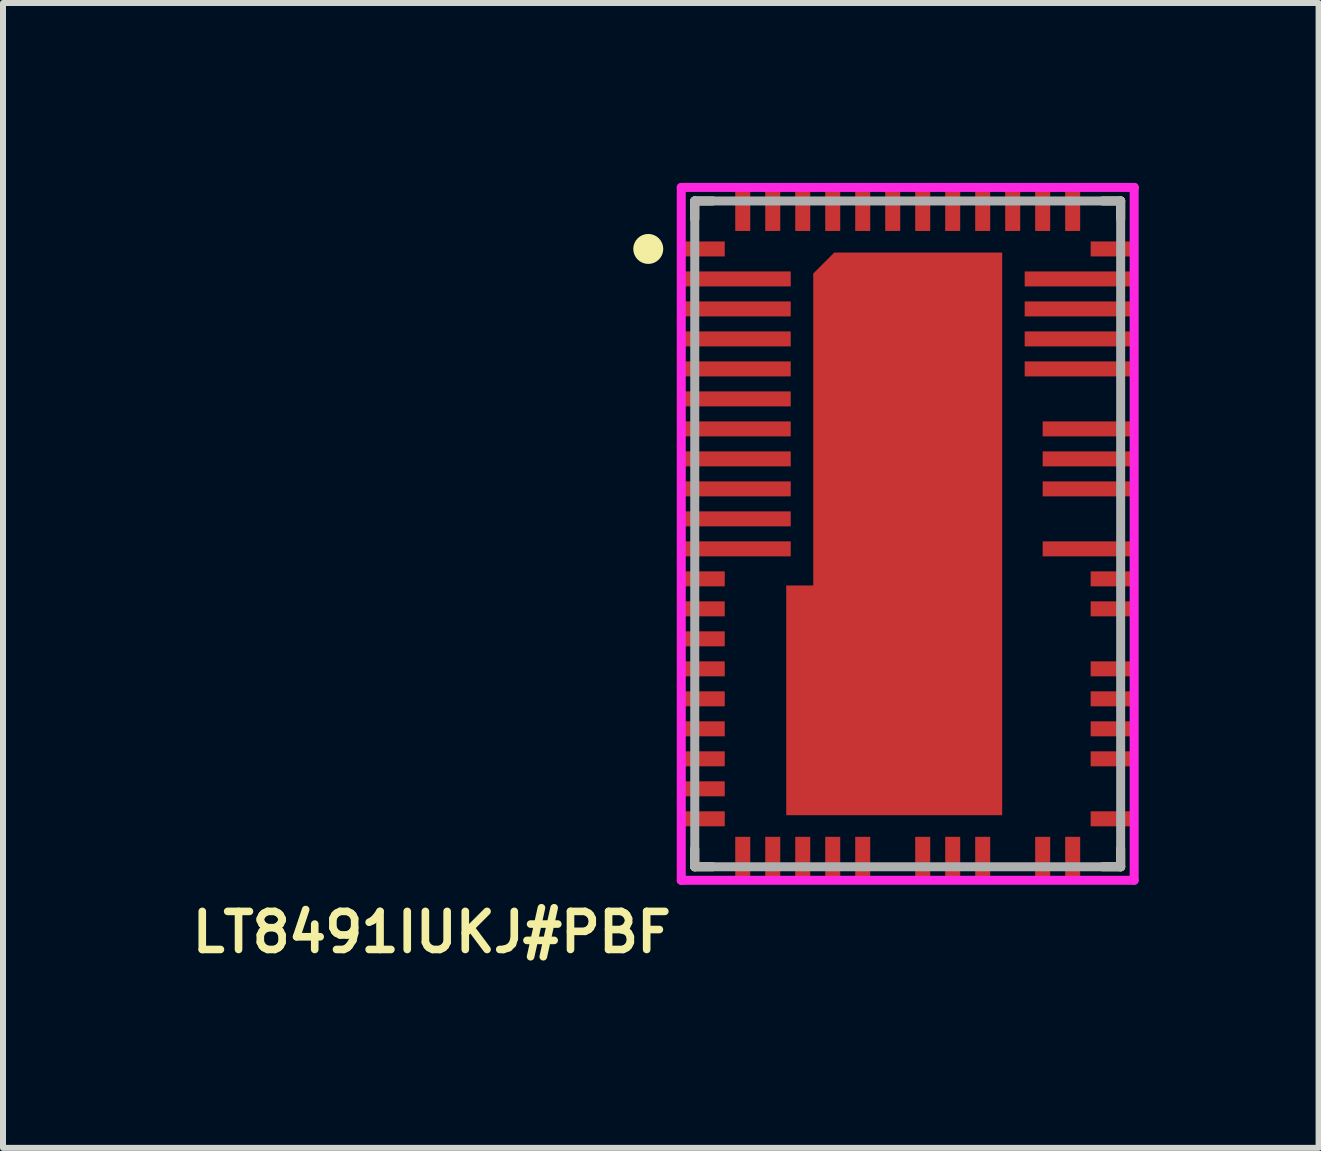
<source format=kicad_pcb>
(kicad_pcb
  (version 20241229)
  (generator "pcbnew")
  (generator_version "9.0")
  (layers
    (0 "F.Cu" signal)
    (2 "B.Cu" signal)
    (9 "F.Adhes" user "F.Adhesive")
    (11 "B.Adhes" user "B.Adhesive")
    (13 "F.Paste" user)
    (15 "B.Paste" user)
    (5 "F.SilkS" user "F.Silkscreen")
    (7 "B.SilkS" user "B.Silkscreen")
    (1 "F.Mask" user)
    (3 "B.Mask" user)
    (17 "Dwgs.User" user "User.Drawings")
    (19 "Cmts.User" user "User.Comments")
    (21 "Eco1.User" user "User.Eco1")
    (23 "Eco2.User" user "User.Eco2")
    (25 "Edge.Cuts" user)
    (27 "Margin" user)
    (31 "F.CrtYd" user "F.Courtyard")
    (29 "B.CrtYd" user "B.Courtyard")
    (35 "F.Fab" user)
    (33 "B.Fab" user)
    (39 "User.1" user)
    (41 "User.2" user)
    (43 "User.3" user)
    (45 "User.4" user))
  (footprint "LT8491IUKJ#PBF"
    (layer "F.Cu")
    (at 12.082 5.85)
    (property "Reference" "LT8491IUKJ#PBF" (at -3.875 6.641 180) (layer "F.SilkS") (effects (font (size 0.635 0.635) (thickness 0.127)) (justify right)))
    (attr smd)
    (fp_line (start -3.55 -5.55) (end -3.25 -5.55) (stroke (width 0.15) (type solid)) (layer "F.SilkS"))
    (fp_line (start -3.55 -5.25) (end -3.55 -5.55) (stroke (width 0.15) (type solid)) (layer "F.SilkS"))
    (fp_line (start -3.55 5.55) (end -3.55 5.25) (stroke (width 0.15) (type solid)) (layer "F.SilkS"))
    (fp_line (start -3.55 5.55) (end -3.25 5.55) (stroke (width 0.15) (type solid)) (layer "F.SilkS"))
    (fp_line (start 3.25 -5.55) (end 3.55 -5.55) (stroke (width 0.15) (type solid)) (layer "F.SilkS"))
    (fp_line (start 3.25 5.55) (end 3.55 5.55) (stroke (width 0.15) (type solid)) (layer "F.SilkS"))
    (fp_line (start 3.55 -5.25) (end 3.55 -5.55) (stroke (width 0.15) (type solid)) (layer "F.SilkS"))
    (fp_line (start 3.55 5.55) (end 3.55 5.25) (stroke (width 0.15) (type solid)) (layer "F.SilkS"))
    (fp_circle (center -4.325 -4.75) (end -4.2 -4.75) (stroke (width 0.25) (type solid)) (fill no) (layer "F.SilkS"))
    (fp_rect (start -1.258 4.223) (end 0.75 3.048) (stroke (width 0.12) (type solid)) (fill yes) (layer "F.Paste"))
    (fp_rect (start -0.75 -2.7) (end 0.75 -3.875) (stroke (width 0.12) (type solid)) (fill yes) (layer "F.Paste"))
    (fp_rect (start -0.75 -0.349) (end 0.75 -1.524) (stroke (width 0.12) (type solid)) (fill yes) (layer "F.Paste"))
    (fp_rect (start -0.75 2.191) (end 0.75 1.016) (stroke (width 0.12) (type solid)) (fill yes) (layer "F.Paste"))
    (fp_line (start -3.775 -5.775) (end -3.775 5.775) (stroke (width 0.15) (type solid)) (layer "F.CrtYd"))
    (fp_line (start -3.775 5.775) (end 3.775 5.775) (stroke (width 0.15) (type solid)) (layer "F.CrtYd"))
    (fp_line (start 3.775 -5.775) (end -3.775 -5.775) (stroke (width 0.15) (type solid)) (layer "F.CrtYd"))
    (fp_line (start 3.775 -5.775) (end 3.775 -5.775) (stroke (width 0.15) (type solid)) (layer "F.CrtYd"))
    (fp_line (start 3.775 5.775) (end 3.775 -5.775) (stroke (width 0.15) (type solid)) (layer "F.CrtYd"))
    (fp_line (start -3.55 -5.55) (end 3.55 -5.55) (stroke (width 0.15) (type solid)) (layer "F.Fab"))
    (fp_line (start -3.55 5.55) (end -3.55 -5.55) (stroke (width 0.15) (type solid)) (layer "F.Fab"))
    (fp_line (start 3.55 -5.55) (end 3.55 5.55) (stroke (width 0.15) (type solid)) (layer "F.Fab"))
    (fp_line (start 3.55 5.55) (end -3.55 5.55) (stroke (width 0.15) (type solid)) (layer "F.Fab"))
    (pad "1" smd rect (at -3.4 -4.75) (size 0.7 0.25) (layers "F.Cu" "F.Mask" "F.Paste"))
    (pad "2" smd rect (at -2.85 -4.25) (size 1.8 0.25) (layers "F.Cu" "F.Mask" "F.Paste"))
    (pad "3" smd rect (at -2.85 -3.75) (size 1.8 0.25) (layers "F.Cu" "F.Mask" "F.Paste"))
    (pad "4" smd rect (at -2.85 -3.25) (size 1.8 0.25) (layers "F.Cu" "F.Mask" "F.Paste"))
    (pad "5" smd rect (at -2.85 -2.75) (size 1.8 0.25) (layers "F.Cu" "F.Mask" "F.Paste"))
    (pad "6" smd rect (at -2.85 -2.25) (size 1.8 0.25) (layers "F.Cu" "F.Mask" "F.Paste"))
    (pad "7" smd rect (at -2.85 -1.75) (size 1.8 0.25) (layers "F.Cu" "F.Mask" "F.Paste"))
    (pad "8" smd rect (at -2.85 -1.25) (size 1.8 0.25) (layers "F.Cu" "F.Mask" "F.Paste"))
    (pad "9" smd rect (at -2.85 -0.75) (size 1.8 0.25) (layers "F.Cu" "F.Mask" "F.Paste"))
    (pad "10" smd rect (at -2.85 -0.25) (size 1.8 0.25) (layers "F.Cu" "F.Mask" "F.Paste"))
    (pad "11" smd rect (at -2.85 0.25) (size 1.8 0.25) (layers "F.Cu" "F.Mask" "F.Paste"))
    (pad "12" smd rect (at -3.4 0.75) (size 0.7 0.25) (layers "F.Cu" "F.Mask" "F.Paste"))
    (pad "13" smd rect (at -3.4 1.25) (size 0.7 0.25) (layers "F.Cu" "F.Mask" "F.Paste"))
    (pad "14" smd rect (at -3.4 1.75) (size 0.7 0.25) (layers "F.Cu" "F.Mask" "F.Paste"))
    (pad "15" smd rect (at -3.4 2.25) (size 0.7 0.25) (layers "F.Cu" "F.Mask" "F.Paste"))
    (pad "16" smd rect (at -3.4 2.75) (size 0.7 0.25) (layers "F.Cu" "F.Mask" "F.Paste"))
    (pad "17" smd rect (at -3.4 3.25) (size 0.7 0.25) (layers "F.Cu" "F.Mask" "F.Paste"))
    (pad "18" smd rect (at -3.4 3.75) (size 0.7 0.25) (layers "F.Cu" "F.Mask" "F.Paste"))
    (pad "19" smd rect (at -3.4 4.25) (size 0.7 0.25) (layers "F.Cu" "F.Mask" "F.Paste"))
    (pad "20" smd rect (at -3.4 4.75) (size 0.7 0.25) (layers "F.Cu" "F.Mask" "F.Paste"))
    (pad "21" smd rect (at -2.75 5.4) (size 0.25 0.7) (layers "F.Cu" "F.Mask" "F.Paste"))
    (pad "22" smd rect (at -2.25 5.4) (size 0.25 0.7) (layers "F.Cu" "F.Mask" "F.Paste"))
    (pad "23" smd rect (at -1.75 5.4) (size 0.25 0.7) (layers "F.Cu" "F.Mask" "F.Paste"))
    (pad "24" smd rect (at -1.25 5.4) (size 0.25 0.7) (layers "F.Cu" "F.Mask" "F.Paste"))
    (pad "25" smd rect (at -0.75 5.4) (size 0.25 0.7) (layers "F.Cu" "F.Mask" "F.Paste"))
    (pad "27" smd rect (at 0.25 5.4) (size 0.25 0.7) (layers "F.Cu" "F.Mask" "F.Paste"))
    (pad "28" smd rect (at 0.75 5.4) (size 0.25 0.7) (layers "F.Cu" "F.Mask" "F.Paste"))
    (pad "29" smd rect (at 1.25 5.4) (size 0.25 0.7) (layers "F.Cu" "F.Mask" "F.Paste"))
    (pad "31" smd rect (at 2.25 5.4) (size 0.25 0.7) (layers "F.Cu" "F.Mask" "F.Paste"))
    (pad "32" smd rect (at 2.75 5.4) (size 0.25 0.7) (layers "F.Cu" "F.Mask" "F.Paste"))
    (pad "33" smd rect (at 3.4 4.75) (size 0.7 0.25) (layers "F.Cu" "F.Mask" "F.Paste"))
    (pad "35" smd rect (at 3.4 3.75) (size 0.7 0.25) (layers "F.Cu" "F.Mask" "F.Paste"))
    (pad "36" smd rect (at 3.4 3.25) (size 0.7 0.25) (layers "F.Cu" "F.Mask" "F.Paste"))
    (pad "37" smd rect (at 3.4 2.75) (size 0.7 0.25) (layers "F.Cu" "F.Mask" "F.Paste"))
    (pad "38" smd rect (at 3.4 2.25) (size 0.7 0.25) (layers "F.Cu" "F.Mask" "F.Paste"))
    (pad "40" smd rect (at 3.4 1.25) (size 0.7 0.25) (layers "F.Cu" "F.Mask" "F.Paste"))
    (pad "41" smd rect (at 3.4 0.75) (size 0.7 0.25) (layers "F.Cu" "F.Mask" "F.Paste"))
    (pad "42" smd rect (at 3 0.25) (size 1.5 0.25) (layers "F.Cu" "F.Mask" "F.Paste"))
    (pad "44" smd rect (at 3 -0.75) (size 1.5 0.25) (layers "F.Cu" "F.Mask" "F.Paste"))
    (pad "45" smd rect (at 3 -1.25) (size 1.5 0.25) (layers "F.Cu" "F.Mask" "F.Paste"))
    (pad "46" smd rect (at 3 -1.75) (size 1.5 0.25) (layers "F.Cu" "F.Mask" "F.Paste"))
    (pad "48" smd rect (at 2.85 -2.75) (size 1.8 0.25) (layers "F.Cu" "F.Mask" "F.Paste"))
    (pad "49" smd rect (at 2.85 -3.25) (size 1.8 0.25) (layers "F.Cu" "F.Mask" "F.Paste"))
    (pad "50" smd rect (at 2.85 -3.75) (size 1.8 0.25) (layers "F.Cu" "F.Mask" "F.Paste"))
    (pad "51" smd rect (at 2.85 -4.25) (size 1.8 0.25) (layers "F.Cu" "F.Mask" "F.Paste"))
    (pad "52" smd rect (at 3.4 -4.75) (size 0.7 0.25) (layers "F.Cu" "F.Mask" "F.Paste"))
    (pad "53" smd rect (at 2.75 -5.4) (size 0.25 0.7) (layers "F.Cu" "F.Mask" "F.Paste"))
    (pad "54" smd rect (at 2.25 -5.4) (size 0.25 0.7) (layers "F.Cu" "F.Mask" "F.Paste"))
    (pad "55" smd rect (at 1.75 -5.4) (size 0.25 0.7) (layers "F.Cu" "F.Mask" "F.Paste"))
    (pad "56" smd rect (at 1.25 -5.4) (size 0.25 0.7) (layers "F.Cu" "F.Mask" "F.Paste"))
    (pad "57" smd rect (at 0.75 -5.4) (size 0.25 0.7) (layers "F.Cu" "F.Mask" "F.Paste"))
    (pad "58" smd rect (at 0.25 -5.4) (size 0.25 0.7) (layers "F.Cu" "F.Mask" "F.Paste"))
    (pad "59" smd rect (at -0.25 -5.4) (size 0.25 0.7) (layers "F.Cu" "F.Mask" "F.Paste"))
    (pad "60" smd rect (at -0.75 -5.4) (size 0.25 0.7) (layers "F.Cu" "F.Mask" "F.Paste"))
    (pad "61" smd rect (at -1.25 -5.4) (size 0.25 0.7) (layers "F.Cu" "F.Mask" "F.Paste"))
    (pad "62" smd rect (at -1.75 -5.4) (size 0.25 0.7) (layers "F.Cu" "F.Mask" "F.Paste"))
    (pad "63" smd rect (at -2.25 -5.4) (size 0.25 0.7) (layers "F.Cu" "F.Mask" "F.Paste"))
    (pad "64" smd rect (at -2.75 -5.4) (size 0.25 0.7) (layers "F.Cu" "F.Mask" "F.Paste"))
    (pad "65" smd custom (at 0 0) (size 1 1) (layers "F.Cu" "F.Mask") (options (anchor circle)) (primitives (gr_poly (pts (xy 1.575 -4.69) (xy -1.225 -4.69) (xy -1.575 -4.34) (xy -1.575 0.86) (xy -2.025 0.86) (xy -2.025 4.69) (xy 1.575 4.69) (xy 1.575 -4.69)) (width 0) (fill yes)))))
  (gr_rect
    (start -3 -3)
    (end 18.932 16.086)
    (stroke (width 0.1) (type default))
    (fill no)
    (layer "Edge.Cuts")))
</source>
